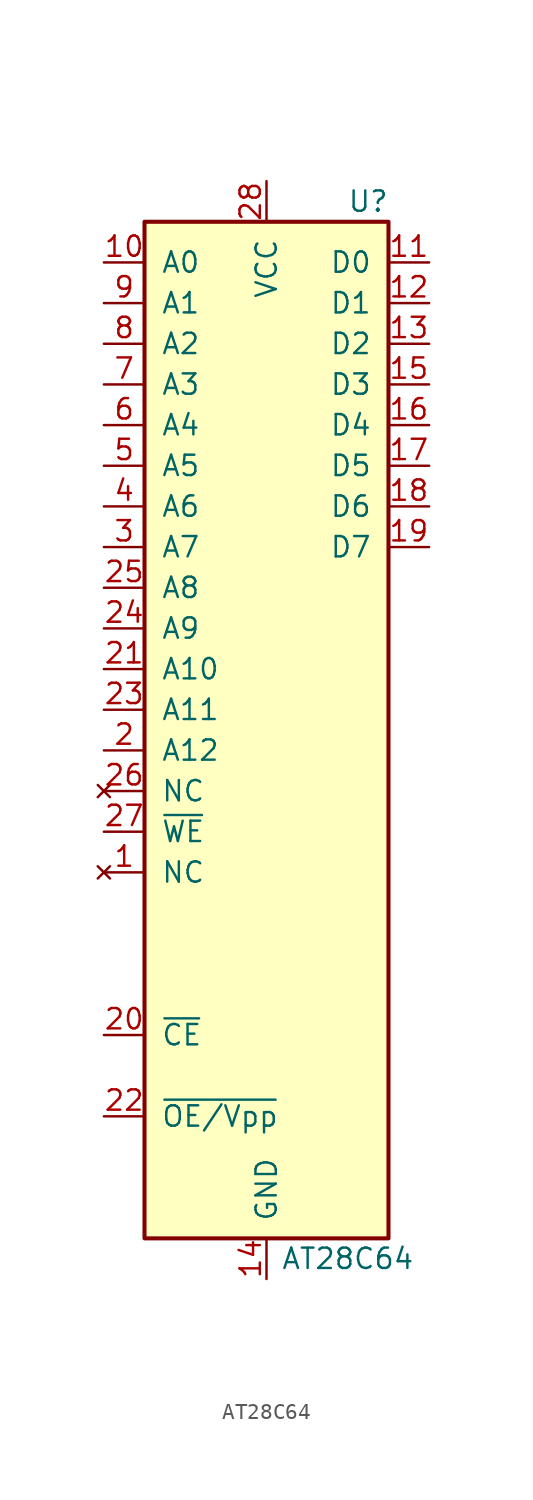
<source format=kicad_sym>
(kicad_symbol_lib
  (version 20231120)
  (generator "kicad_symbol_editor")
  (generator_version "8.0")
  (symbol "AT28C64"
    (pin_names
      (offset 1.016))
    (property "Reference" "U"
      (at 6.35 33.02 0)
      (effects (font (size 1.27 1.27))))
    (property "Value" "AT28C64"
      (at 5.08 -33.02 0)
      (effects (font (size 1.27 1.27))))
    (symbol "AT28C64_1_1"
      (rectangle (start -7.62 31.75) (end 7.62 -31.75) (stroke (width 0.254) (type default)) (fill (type background)))
      (pin no_connect line (at -10.16 -8.89 0) (length 2.54) (name "NC" (effects (font (size 1.27 1.27)))) (number "1" (effects (font (size 1.27 1.27)))))
      (pin input line (at -10.16 29.21 0) (length 2.54) (name "A0" (effects (font (size 1.27 1.27)))) (number "10" (effects (font (size 1.27 1.27)))))
      (pin tri_state line (at 10.16 29.21 180) (length 2.54) (name "D0" (effects (font (size 1.27 1.27)))) (number "11" (effects (font (size 1.27 1.27)))))
      (pin tri_state line (at 10.16 26.67 180) (length 2.54) (name "D1" (effects (font (size 1.27 1.27)))) (number "12" (effects (font (size 1.27 1.27)))))
      (pin tri_state line (at 10.16 24.13 180) (length 2.54) (name "D2" (effects (font (size 1.27 1.27)))) (number "13" (effects (font (size 1.27 1.27)))))
      (pin power_in line (at 0 -34.29 90) (length 2.54) (name "GND" (effects (font (size 1.27 1.27)))) (number "14" (effects (font (size 1.27 1.27)))))
      (pin tri_state line (at 10.16 21.59 180) (length 2.54) (name "D3" (effects (font (size 1.27 1.27)))) (number "15" (effects (font (size 1.27 1.27)))))
      (pin tri_state line (at 10.16 19.05 180) (length 2.54) (name "D4" (effects (font (size 1.27 1.27)))) (number "16" (effects (font (size 1.27 1.27)))))
      (pin tri_state line (at 10.16 16.51 180) (length 2.54) (name "D5" (effects (font (size 1.27 1.27)))) (number "17" (effects (font (size 1.27 1.27)))))
      (pin tri_state line (at 10.16 13.97 180) (length 2.54) (name "D6" (effects (font (size 1.27 1.27)))) (number "18" (effects (font (size 1.27 1.27)))))
      (pin tri_state line (at 10.16 11.43 180) (length 2.54) (name "D7" (effects (font (size 1.27 1.27)))) (number "19" (effects (font (size 1.27 1.27)))))
      (pin input line (at -10.16 -1.27 0) (length 2.54) (name "A12" (effects (font (size 1.27 1.27)))) (number "2" (effects (font (size 1.27 1.27)))))
      (pin input line (at -10.16 -19.05 0) (length 2.54) (name "~{CE}" (effects (font (size 1.27 1.27)))) (number "20" (effects (font (size 1.27 1.27)))))
      (pin input line (at -10.16 3.81 0) (length 2.54) (name "A10" (effects (font (size 1.27 1.27)))) (number "21" (effects (font (size 1.27 1.27)))))
      (pin input line (at -10.16 -24.13 0) (length 2.54) (name "~{OE/Vpp}" (effects (font (size 1.27 1.27)))) (number "22" (effects (font (size 1.27 1.27)))))
      (pin input line (at -10.16 1.27 0) (length 2.54) (name "A11" (effects (font (size 1.27 1.27)))) (number "23" (effects (font (size 1.27 1.27)))))
      (pin input line (at -10.16 6.35 0) (length 2.54) (name "A9" (effects (font (size 1.27 1.27)))) (number "24" (effects (font (size 1.27 1.27)))))
      (pin input line (at -10.16 8.89 0) (length 2.54) (name "A8" (effects (font (size 1.27 1.27)))) (number "25" (effects (font (size 1.27 1.27)))))
      (pin no_connect line (at -10.16 -3.81 0) (length 2.54) (name "NC" (effects (font (size 1.27 1.27)))) (number "26" (effects (font (size 1.27 1.27)))))
      (pin input line (at -10.16 -6.35 0) (length 2.54) (name "~{WE}" (effects (font (size 1.27 1.27)))) (number "27" (effects (font (size 1.27 1.27)))))
      (pin power_in line (at 0 34.29 270) (length 2.54) (name "VCC" (effects (font (size 1.27 1.27)))) (number "28" (effects (font (size 1.27 1.27)))))
      (pin input line (at -10.16 11.43 0) (length 2.54) (name "A7" (effects (font (size 1.27 1.27)))) (number "3" (effects (font (size 1.27 1.27)))))
      (pin input line (at -10.16 13.97 0) (length 2.54) (name "A6" (effects (font (size 1.27 1.27)))) (number "4" (effects (font (size 1.27 1.27)))))
      (pin input line (at -10.16 16.51 0) (length 2.54) (name "A5" (effects (font (size 1.27 1.27)))) (number "5" (effects (font (size 1.27 1.27)))))
      (pin input line (at -10.16 19.05 0) (length 2.54) (name "A4" (effects (font (size 1.27 1.27)))) (number "6" (effects (font (size 1.27 1.27)))))
      (pin input line (at -10.16 21.59 0) (length 2.54) (name "A3" (effects (font (size 1.27 1.27)))) (number "7" (effects (font (size 1.27 1.27)))))
      (pin input line (at -10.16 24.13 0) (length 2.54) (name "A2" (effects (font (size 1.27 1.27)))) (number "8" (effects (font (size 1.27 1.27)))))
      (pin input line (at -10.16 26.67 0) (length 2.54) (name "A1" (effects (font (size 1.27 1.27)))) (number "9" (effects (font (size 1.27 1.27))))))))
</source>
